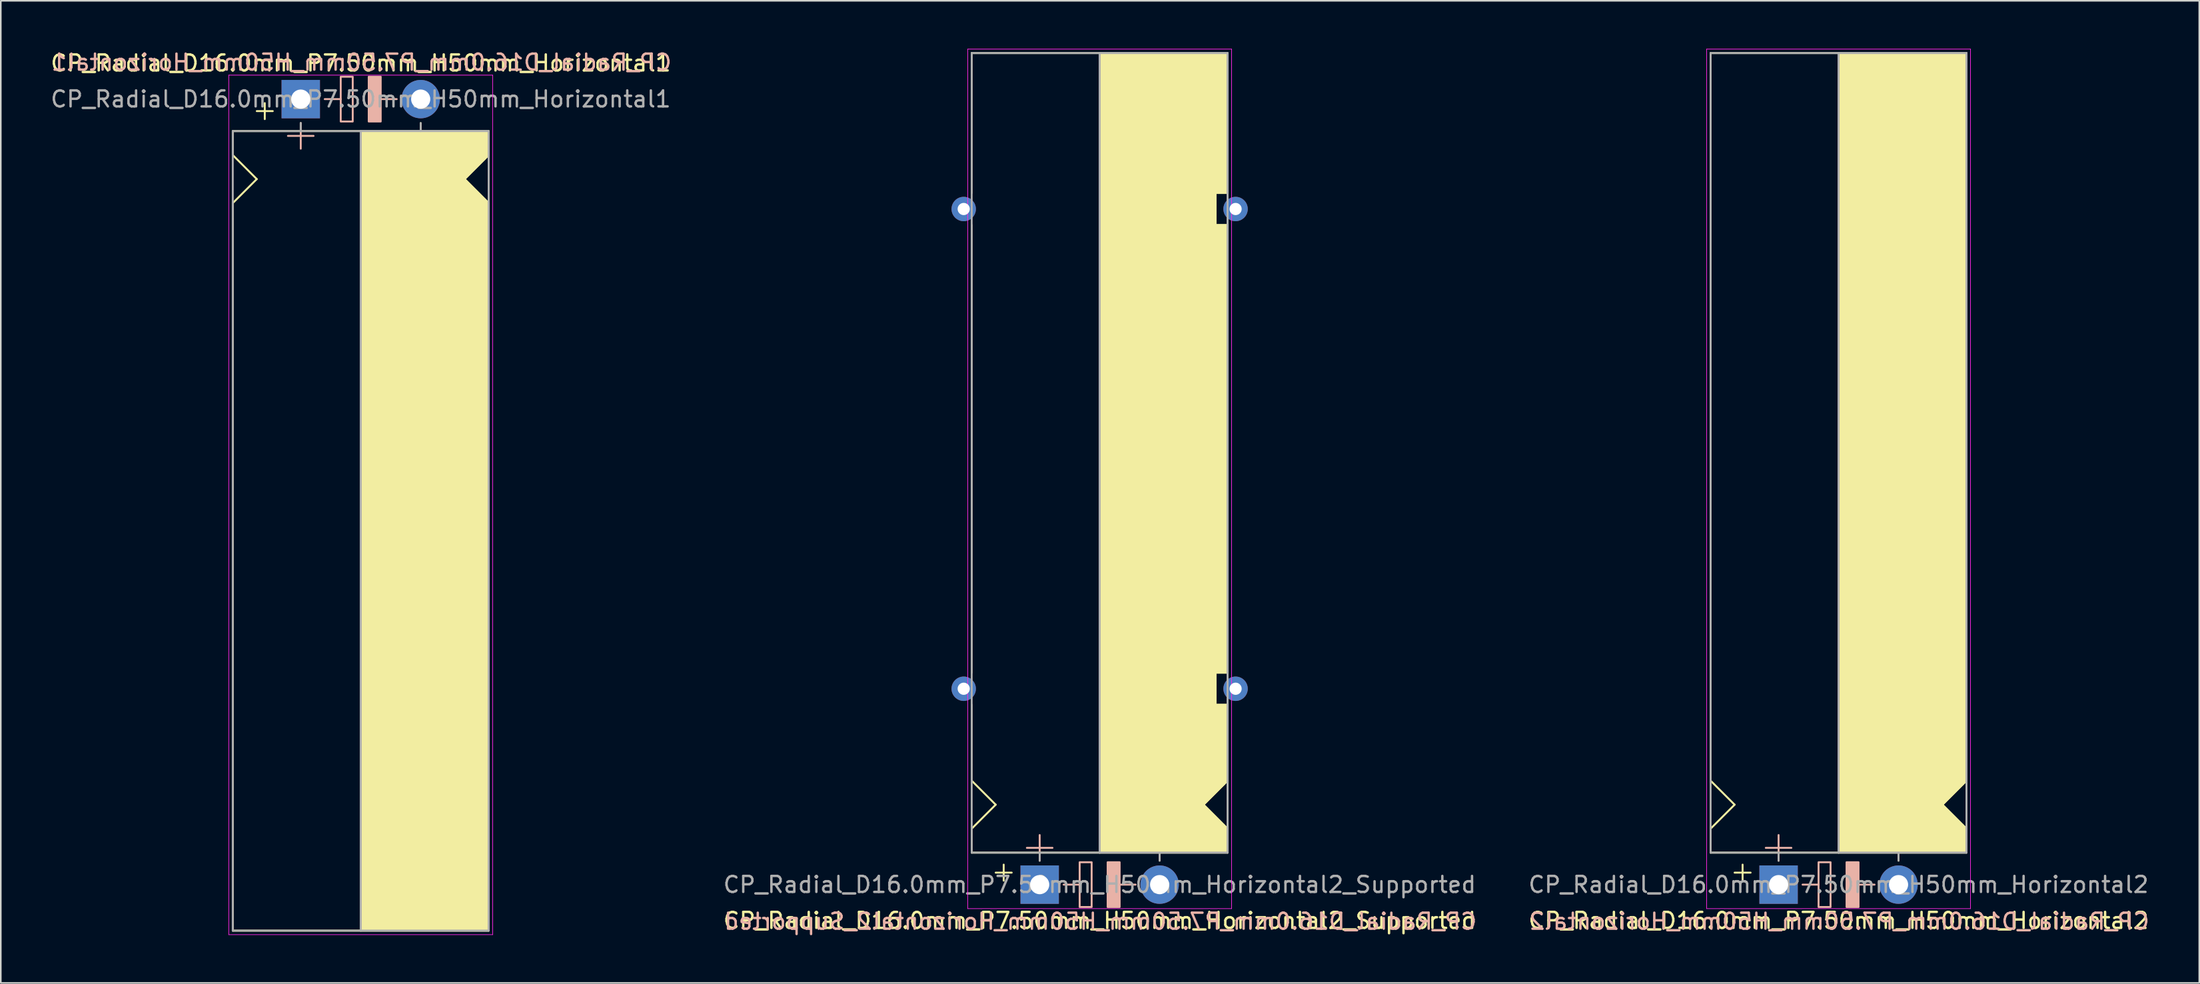
<source format=kicad_pcb>
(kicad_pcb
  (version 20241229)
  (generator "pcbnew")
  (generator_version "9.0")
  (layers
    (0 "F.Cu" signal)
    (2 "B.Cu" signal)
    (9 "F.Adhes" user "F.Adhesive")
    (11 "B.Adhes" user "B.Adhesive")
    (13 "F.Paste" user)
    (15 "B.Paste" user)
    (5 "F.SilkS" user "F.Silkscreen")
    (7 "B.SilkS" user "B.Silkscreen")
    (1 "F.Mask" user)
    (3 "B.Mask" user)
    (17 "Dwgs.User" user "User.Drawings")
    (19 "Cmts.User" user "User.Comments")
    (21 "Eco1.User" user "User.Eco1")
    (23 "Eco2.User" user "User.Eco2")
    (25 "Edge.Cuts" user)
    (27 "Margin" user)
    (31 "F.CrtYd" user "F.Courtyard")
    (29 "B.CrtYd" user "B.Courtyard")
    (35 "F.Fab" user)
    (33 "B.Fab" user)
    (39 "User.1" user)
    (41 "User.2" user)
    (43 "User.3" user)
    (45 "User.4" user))
  (footprint "CP_Radial_D16.0mm_P7.50mm_H50mm_Horizontal2_Supported"
    (layer "F.Cu")
    (at 61.961 52.27)
    (property "Reference" "CP_Radial_D16.0mm_P7.50mm_H50mm_Horizontal2_Supported" (at 3.75 2.25 0) (layer "F.SilkS") (effects (font (size 1 1) (thickness 0.15))))
    (fp_line (start -4.25 -43.25) (end -4.25 -52) (stroke (width 0.12) (type solid)) (layer "F.SilkS"))
    (fp_line (start -4.25 -41.25) (end -4.25 -13.25) (stroke (width 0.12) (type solid)) (layer "F.SilkS"))
    (fp_line (start -4.25 -7.5) (end -4.25 -11.25) (stroke (width 0.12) (type solid)) (layer "F.SilkS"))
    (fp_line (start -4.25 -6.5) (end -4.25 -7.5) (stroke (width 0.12) (type solid)) (layer "F.SilkS"))
    (fp_line (start -4.25 -3.5) (end -2.75 -5) (stroke (width 0.12) (type solid)) (layer "F.SilkS"))
    (fp_line (start -4.25 -2) (end -4.25 -3.5) (stroke (width 0.12) (type solid)) (layer "F.SilkS"))
    (fp_line (start -2.75 -5) (end -4.25 -6.5) (stroke (width 0.12) (type solid)) (layer "F.SilkS"))
    (fp_line (start -2.25 -1.25) (end -2.25 -0.25) (stroke (width 0.12) (type solid)) (layer "F.SilkS"))
    (fp_line (start -1.75 -0.75) (end -2.75 -0.75) (stroke (width 0.12) (type solid)) (layer "F.SilkS"))
    (fp_line (start 0 -1.5) (end 0 -2) (stroke (width 0.12) (type solid)) (layer "F.SilkS"))
    (fp_line (start 3.75 -2) (end -4.25 -2) (stroke (width 0.12) (type solid)) (layer "F.SilkS"))
    (fp_line (start 3.75 -2) (end 3.75 -52) (stroke (width 0.12) (type solid)) (layer "F.SilkS"))
    (fp_line (start 3.75 -2) (end 11.75 -2) (stroke (width 0.12) (type solid)) (layer "F.SilkS"))
    (fp_line (start 7.5 -1.5) (end 7.5 -2) (stroke (width 0.12) (type solid)) (layer "F.SilkS"))
    (fp_line (start 10.25 -5) (end 11.75 -6.5) (stroke (width 0.12) (type solid)) (layer "F.SilkS"))
    (fp_line (start 11 -43.25) (end 11 -41.25) (stroke (width 0.12) (type solid)) (layer "F.SilkS"))
    (fp_line (start 11 -41.25) (end 11.75 -41.25) (stroke (width 0.12) (type solid)) (layer "F.SilkS"))
    (fp_line (start 11 -13.25) (end 11 -11.25) (stroke (width 0.12) (type solid)) (layer "F.SilkS"))
    (fp_line (start 11 -11.25) (end 11.75 -11.25) (stroke (width 0.12) (type solid)) (layer "F.SilkS"))
    (fp_line (start 11.75 -52) (end -4.25 -52) (stroke (width 0.12) (type solid)) (layer "F.SilkS"))
    (fp_line (start 11.75 -52) (end 11.75 -43.25) (stroke (width 0.12) (type solid)) (layer "F.SilkS"))
    (fp_line (start 11.75 -43.25) (end 11 -43.25) (stroke (width 0.12) (type solid)) (layer "F.SilkS"))
    (fp_line (start 11.75 -13.25) (end 11 -13.25) (stroke (width 0.12) (type solid)) (layer "F.SilkS"))
    (fp_line (start 11.75 -13.25) (end 11.75 -41.25) (stroke (width 0.12) (type solid)) (layer "F.SilkS"))
    (fp_line (start 11.75 -11.25) (end 11.75 -6.5) (stroke (width 0.12) (type solid)) (layer "F.SilkS"))
    (fp_line (start 11.75 -3.5) (end 10.25 -5) (stroke (width 0.12) (type solid)) (layer "F.SilkS"))
    (fp_line (start 11.75 -2) (end 11.75 -3.5) (stroke (width 0.12) (type solid)) (layer "F.SilkS"))
    (fp_poly (pts (xy 11.75 -3.5) (xy 10.25 -5) (xy 11.75 -6.5) (xy 11.75 -11.25) (xy 11 -11.25) (xy 11 -13.25) (xy 11.75 -13.25) (xy 11.75 -41.25) (xy 11 -41.25) (xy 11 -43.25) (xy 11.75 -43.25) (xy 11.75 -52) (xy 3.75 -52) (xy 3.75 -2) (xy 11.75 -2)) (stroke (width 0.1) (type solid)) (fill yes) (layer "F.SilkS"))
    (fp_line (start 0 -3.1) (end 0 -1.5) (stroke (width 0.12) (type solid)) (layer "B.SilkS"))
    (fp_line (start 0.8 -2.3) (end -0.8 -2.3) (stroke (width 0.12) (type solid)) (layer "B.SilkS"))
    (fp_line (start 2.5 0) (end 1.5 0) (stroke (width 0.12) (type solid)) (layer "B.SilkS"))
    (fp_line (start 6 0) (end 5 0) (stroke (width 0.12) (type solid)) (layer "B.SilkS"))
    (fp_rect (start 2.5 -1.4) (end 3.25 1.4) (stroke (width 0.12) (type solid)) (fill no) (layer "B.SilkS"))
    (fp_rect (start 4.25 -1.4) (end 5 1.4) (stroke (width 0.12) (type solid)) (fill yes) (layer "B.SilkS"))
    (fp_line (start -4.5 -52.25) (end -4.5 1.5) (stroke (width 0.04) (type solid)) (layer "F.CrtYd"))
    (fp_line (start -4.5 1.5) (end 12 1.5) (stroke (width 0.04) (type solid)) (layer "F.CrtYd"))
    (fp_line (start 12 -52.25) (end -4.5 -52.25) (stroke (width 0.04) (type solid)) (layer "F.CrtYd"))
    (fp_line (start 12 1.5) (end 12 -52.25) (stroke (width 0.04) (type solid)) (layer "F.CrtYd"))
    (fp_line (start -4.25 -52) (end 11.75 -52) (stroke (width 0.12) (type solid)) (layer "F.Fab"))
    (fp_line (start -4.25 -2) (end -4.25 -52) (stroke (width 0.12) (type solid)) (layer "F.Fab"))
    (fp_line (start 0 -2) (end -4.25 -2) (stroke (width 0.12) (type solid)) (layer "F.Fab"))
    (fp_line (start 0 -1.5) (end 0 -2) (stroke (width 0.12) (type solid)) (layer "F.Fab"))
    (fp_line (start 3.75 -2) (end 3.75 -52) (stroke (width 0.12) (type solid)) (layer "F.Fab"))
    (fp_line (start 7.5 -1.5) (end 7.5 -2) (stroke (width 0.12) (type solid)) (layer "F.Fab"))
    (fp_line (start 11.75 -52) (end 11.75 -2) (stroke (width 0.12) (type solid)) (layer "F.Fab"))
    (fp_line (start 11.75 -2) (end 0 -2) (stroke (width 0.12) (type solid)) (layer "F.Fab"))
    (fp_poly (pts (xy 11.75 -52) (xy 3.75 -52) (xy 3.75 -2) (xy 11.75 -2)) (stroke (width 0.1) (type solid)) (fill no) (layer "F.Fab"))
    (fp_text user "${REFERENCE}" (at 3.8 2.3 0) (layer "B.SilkS") (effects (font (size 1 1) (thickness 0.15)) (justify mirror)))
    (fp_text user "${REFERENCE}" (at 3.75 0 0) (layer "F.Fab") (effects (font (size 1 1) (thickness 0.15))))
    (pad "1" thru_hole rect (at 0 0) (size 2.4 2.4) (drill 1.2) (layers "*.Cu" "*.Mask"))
    (pad "2" thru_hole circle (at 7.5 0) (size 2.4 2.4) (drill 1.2) (layers "*.Cu" "*.Mask"))
    (pad "~" thru_hole circle (at -4.75 -42.25 180) (size 1.524 1.524) (drill 0.762) (layers "*.Cu" "*.Mask"))
    (pad "~" thru_hole circle (at -4.75 -12.25 180) (size 1.524 1.524) (drill 0.762) (layers "*.Cu" "*.Mask"))
    (pad "~" thru_hole circle (at 12.25 -42.25 180) (size 1.524 1.524) (drill 0.762) (layers "*.Cu" "*.Mask"))
    (pad "~" thru_hole circle (at 12.25 -12.25 180) (size 1.524 1.524) (drill 0.762) (layers "*.Cu" "*.Mask")))
  (footprint "CP_Radial_D16.0mm_P7.50mm_H50mm_Horizontal2"
    (layer "F.Cu")
    (at 108.165 52.27)
    (property "Reference" "CP_Radial_D16.0mm_P7.50mm_H50mm_Horizontal2" (at 3.75 2.25 0) (layer "F.SilkS") (effects (font (size 1 1) (thickness 0.15))))
    (fp_line (start -4.25 -7.5) (end -4.25 -52) (stroke (width 0.12) (type solid)) (layer "F.SilkS"))
    (fp_line (start -4.25 -6.5) (end -4.25 -7.5) (stroke (width 0.12) (type solid)) (layer "F.SilkS"))
    (fp_line (start -4.25 -3.5) (end -2.75 -5) (stroke (width 0.12) (type solid)) (layer "F.SilkS"))
    (fp_line (start -4.25 -2) (end -4.25 -3.5) (stroke (width 0.12) (type solid)) (layer "F.SilkS"))
    (fp_line (start -2.75 -5) (end -4.25 -6.5) (stroke (width 0.12) (type solid)) (layer "F.SilkS"))
    (fp_line (start -2.25 -1.25) (end -2.25 -0.25) (stroke (width 0.12) (type solid)) (layer "F.SilkS"))
    (fp_line (start -1.75 -0.75) (end -2.75 -0.75) (stroke (width 0.12) (type solid)) (layer "F.SilkS"))
    (fp_line (start 0 -1.5) (end 0 -2) (stroke (width 0.12) (type solid)) (layer "F.SilkS"))
    (fp_line (start 3.75 -2) (end -4.25 -2) (stroke (width 0.12) (type solid)) (layer "F.SilkS"))
    (fp_line (start 3.75 -2) (end 3.75 -52) (stroke (width 0.12) (type solid)) (layer "F.SilkS"))
    (fp_line (start 3.75 -2) (end 11.75 -2) (stroke (width 0.12) (type solid)) (layer "F.SilkS"))
    (fp_line (start 7.5 -1.5) (end 7.5 -2) (stroke (width 0.12) (type solid)) (layer "F.SilkS"))
    (fp_line (start 10.25 -5) (end 11.75 -6.5) (stroke (width 0.12) (type solid)) (layer "F.SilkS"))
    (fp_line (start 11.75 -52) (end -4.25 -52) (stroke (width 0.12) (type solid)) (layer "F.SilkS"))
    (fp_line (start 11.75 -52) (end 11.75 -6.5) (stroke (width 0.12) (type solid)) (layer "F.SilkS"))
    (fp_line (start 11.75 -3.5) (end 10.25 -5) (stroke (width 0.12) (type solid)) (layer "F.SilkS"))
    (fp_line (start 11.75 -2) (end 11.75 -3.5) (stroke (width 0.12) (type solid)) (layer "F.SilkS"))
    (fp_poly (pts (xy 11.75 -3.5) (xy 10.25 -5) (xy 11.75 -6.5) (xy 11.75 -52) (xy 3.75 -52) (xy 3.75 -2) (xy 11.75 -2)) (stroke (width 0.1) (type solid)) (fill yes) (layer "F.SilkS"))
    (fp_line (start 0 -3.1) (end 0 -1.5) (stroke (width 0.12) (type solid)) (layer "B.SilkS"))
    (fp_line (start 0.8 -2.3) (end -0.8 -2.3) (stroke (width 0.12) (type solid)) (layer "B.SilkS"))
    (fp_line (start 2.5 0) (end 1.5 0) (stroke (width 0.12) (type solid)) (layer "B.SilkS"))
    (fp_line (start 6 0) (end 5 0) (stroke (width 0.12) (type solid)) (layer "B.SilkS"))
    (fp_rect (start 2.5 -1.4) (end 3.25 1.4) (stroke (width 0.12) (type solid)) (fill no) (layer "B.SilkS"))
    (fp_rect (start 4.25 -1.4) (end 5 1.4) (stroke (width 0.12) (type solid)) (fill yes) (layer "B.SilkS"))
    (fp_line (start -4.5 -52.25) (end -4.5 1.5) (stroke (width 0.04) (type solid)) (layer "F.CrtYd"))
    (fp_line (start -4.5 1.5) (end 12 1.5) (stroke (width 0.04) (type solid)) (layer "F.CrtYd"))
    (fp_line (start 12 -52.25) (end -4.5 -52.25) (stroke (width 0.04) (type solid)) (layer "F.CrtYd"))
    (fp_line (start 12 1.5) (end 12 -52.25) (stroke (width 0.04) (type solid)) (layer "F.CrtYd"))
    (fp_line (start -4.25 -52) (end 11.75 -52) (stroke (width 0.12) (type solid)) (layer "F.Fab"))
    (fp_line (start -4.25 -2) (end -4.25 -52) (stroke (width 0.12) (type solid)) (layer "F.Fab"))
    (fp_line (start 0 -2) (end -4.25 -2) (stroke (width 0.12) (type solid)) (layer "F.Fab"))
    (fp_line (start 0 -1.5) (end 0 -2) (stroke (width 0.12) (type solid)) (layer "F.Fab"))
    (fp_line (start 3.75 -2) (end 3.75 -52) (stroke (width 0.12) (type solid)) (layer "F.Fab"))
    (fp_line (start 7.5 -1.5) (end 7.5 -2) (stroke (width 0.12) (type solid)) (layer "F.Fab"))
    (fp_line (start 11.75 -52) (end 11.75 -2) (stroke (width 0.12) (type solid)) (layer "F.Fab"))
    (fp_line (start 11.75 -2) (end 0 -2) (stroke (width 0.12) (type solid)) (layer "F.Fab"))
    (fp_poly (pts (xy 11.75 -52) (xy 3.75 -52) (xy 3.75 -2) (xy 11.75 -2)) (stroke (width 0.1) (type solid)) (fill no) (layer "F.Fab"))
    (fp_text user "${REFERENCE}" (at 3.8 2.3 0) (layer "B.SilkS") (effects (font (size 1 1) (thickness 0.15)) (justify mirror)))
    (fp_text user "${REFERENCE}" (at 3.75 0 0) (layer "F.Fab") (effects (font (size 1 1) (thickness 0.15))))
    (pad "1" thru_hole rect (at 0 0) (size 2.4 2.4) (drill 1.2) (layers "*.Cu" "*.Mask"))
    (pad "2" thru_hole circle (at 7.5 0) (size 2.4 2.4) (drill 1.2) (layers "*.Cu" "*.Mask")))
  (footprint "CP_Radial_D16.0mm_P7.50mm_H50mm_Horizontal1"
    (layer "F.Cu")
    (at 15.756 3.148)
    (property "Reference" "CP_Radial_D16.0mm_P7.50mm_H50mm_Horizontal1" (at 3.75 -2.25 0) (layer "F.SilkS") (effects (font (size 1 1) (thickness 0.15))))
    (fp_line (start -4.25 2) (end -4.25 3.5) (stroke (width 0.12) (type solid)) (layer "F.SilkS"))
    (fp_line (start -4.25 3.5) (end -2.75 5) (stroke (width 0.12) (type solid)) (layer "F.SilkS"))
    (fp_line (start -4.25 6.5) (end -4.25 7.5) (stroke (width 0.12) (type solid)) (layer "F.SilkS"))
    (fp_line (start -4.25 7.5) (end -4.25 52) (stroke (width 0.12) (type solid)) (layer "F.SilkS"))
    (fp_line (start -2.75 5) (end -4.25 6.5) (stroke (width 0.12) (type solid)) (layer "F.SilkS"))
    (fp_line (start -2.25 0.25) (end -2.25 1.25) (stroke (width 0.12) (type solid)) (layer "F.SilkS"))
    (fp_line (start -1.75 0.75) (end -2.75 0.75) (stroke (width 0.12) (type solid)) (layer "F.SilkS"))
    (fp_line (start 0 1.5) (end 0 2) (stroke (width 0.12) (type solid)) (layer "F.SilkS"))
    (fp_line (start 3.75 2) (end -4.25 2) (stroke (width 0.12) (type solid)) (layer "F.SilkS"))
    (fp_line (start 3.75 2) (end 3.75 52) (stroke (width 0.12) (type solid)) (layer "F.SilkS"))
    (fp_line (start 3.75 2) (end 11.75 2) (stroke (width 0.12) (type solid)) (layer "F.SilkS"))
    (fp_line (start 7.5 1.5) (end 7.5 2) (stroke (width 0.12) (type solid)) (layer "F.SilkS"))
    (fp_line (start 10.25 5) (end 11.75 6.5) (stroke (width 0.12) (type solid)) (layer "F.SilkS"))
    (fp_line (start 11.75 2) (end 11.75 3.5) (stroke (width 0.12) (type solid)) (layer "F.SilkS"))
    (fp_line (start 11.75 3.5) (end 10.25 5) (stroke (width 0.12) (type solid)) (layer "F.SilkS"))
    (fp_line (start 11.75 52) (end -4.25 52) (stroke (width 0.12) (type solid)) (layer "F.SilkS"))
    (fp_line (start 11.75 52) (end 11.75 6.5) (stroke (width 0.12) (type solid)) (layer "F.SilkS"))
    (fp_poly (pts (xy 11.75 3.5) (xy 10.25 5) (xy 11.75 6.5) (xy 11.75 52) (xy 3.75 52) (xy 3.75 2) (xy 11.75 2)) (stroke (width 0.1) (type solid)) (fill yes) (layer "F.SilkS"))
    (fp_line (start 0 1.5) (end 0 3.1) (stroke (width 0.12) (type solid)) (layer "B.SilkS"))
    (fp_line (start 0.8 2.3) (end -0.8 2.3) (stroke (width 0.12) (type solid)) (layer "B.SilkS"))
    (fp_line (start 2.5 0) (end 1.5 0) (stroke (width 0.12) (type solid)) (layer "B.SilkS"))
    (fp_line (start 6 0) (end 5 0) (stroke (width 0.12) (type solid)) (layer "B.SilkS"))
    (fp_rect (start 2.5 -1.4) (end 3.25 1.4) (stroke (width 0.12) (type solid)) (fill no) (layer "B.SilkS"))
    (fp_rect (start 4.25 -1.4) (end 5 1.4) (stroke (width 0.12) (type solid)) (fill yes) (layer "B.SilkS"))
    (fp_line (start -4.5 -1.5) (end 12 -1.5) (stroke (width 0.04) (type solid)) (layer "F.CrtYd"))
    (fp_line (start -4.5 52.25) (end -4.5 -1.5) (stroke (width 0.04) (type solid)) (layer "F.CrtYd"))
    (fp_line (start 12 -1.5) (end 12 52.25) (stroke (width 0.04) (type solid)) (layer "F.CrtYd"))
    (fp_line (start 12 52.25) (end -4.5 52.25) (stroke (width 0.04) (type solid)) (layer "F.CrtYd"))
    (fp_line (start -4.25 2) (end -4.25 52) (stroke (width 0.12) (type solid)) (layer "F.Fab"))
    (fp_line (start -4.25 52) (end 11.75 52) (stroke (width 0.12) (type solid)) (layer "F.Fab"))
    (fp_line (start 0 1.5) (end 0 2) (stroke (width 0.12) (type solid)) (layer "F.Fab"))
    (fp_line (start 0 2) (end -4.25 2) (stroke (width 0.12) (type solid)) (layer "F.Fab"))
    (fp_line (start 3.75 2) (end 3.75 52) (stroke (width 0.12) (type solid)) (layer "F.Fab"))
    (fp_line (start 7.5 1.5) (end 7.5 2) (stroke (width 0.12) (type solid)) (layer "F.Fab"))
    (fp_line (start 11.75 2) (end 0 2) (stroke (width 0.12) (type solid)) (layer "F.Fab"))
    (fp_line (start 11.75 52) (end 11.75 2) (stroke (width 0.12) (type solid)) (layer "F.Fab"))
    (fp_poly (pts (xy 11.75 52) (xy 3.75 52) (xy 3.75 2) (xy 11.75 2)) (stroke (width 0.1) (type solid)) (fill no) (layer "F.Fab"))
    (fp_text user "${REFERENCE}" (at 3.8 -2.3 0) (layer "B.SilkS") (effects (font (size 1 1) (thickness 0.15)) (justify mirror)))
    (fp_text user "${REFERENCE}" (at 3.75 0 0) (layer "F.Fab") (effects (font (size 1 1) (thickness 0.15))))
    (pad "1" thru_hole rect (at 0 0) (size 2.4 2.4) (drill 1.2) (layers "*.Cu" "*.Mask"))
    (pad "2" thru_hole circle (at 7.5 0) (size 2.4 2.4) (drill 1.2) (layers "*.Cu" "*.Mask")))
  (gr_rect
    (start -3 -3)
    (end 134.471 58.418)
    (stroke (width 0.1) (type default))
    (fill no)
    (layer "Edge.Cuts")))
</source>
